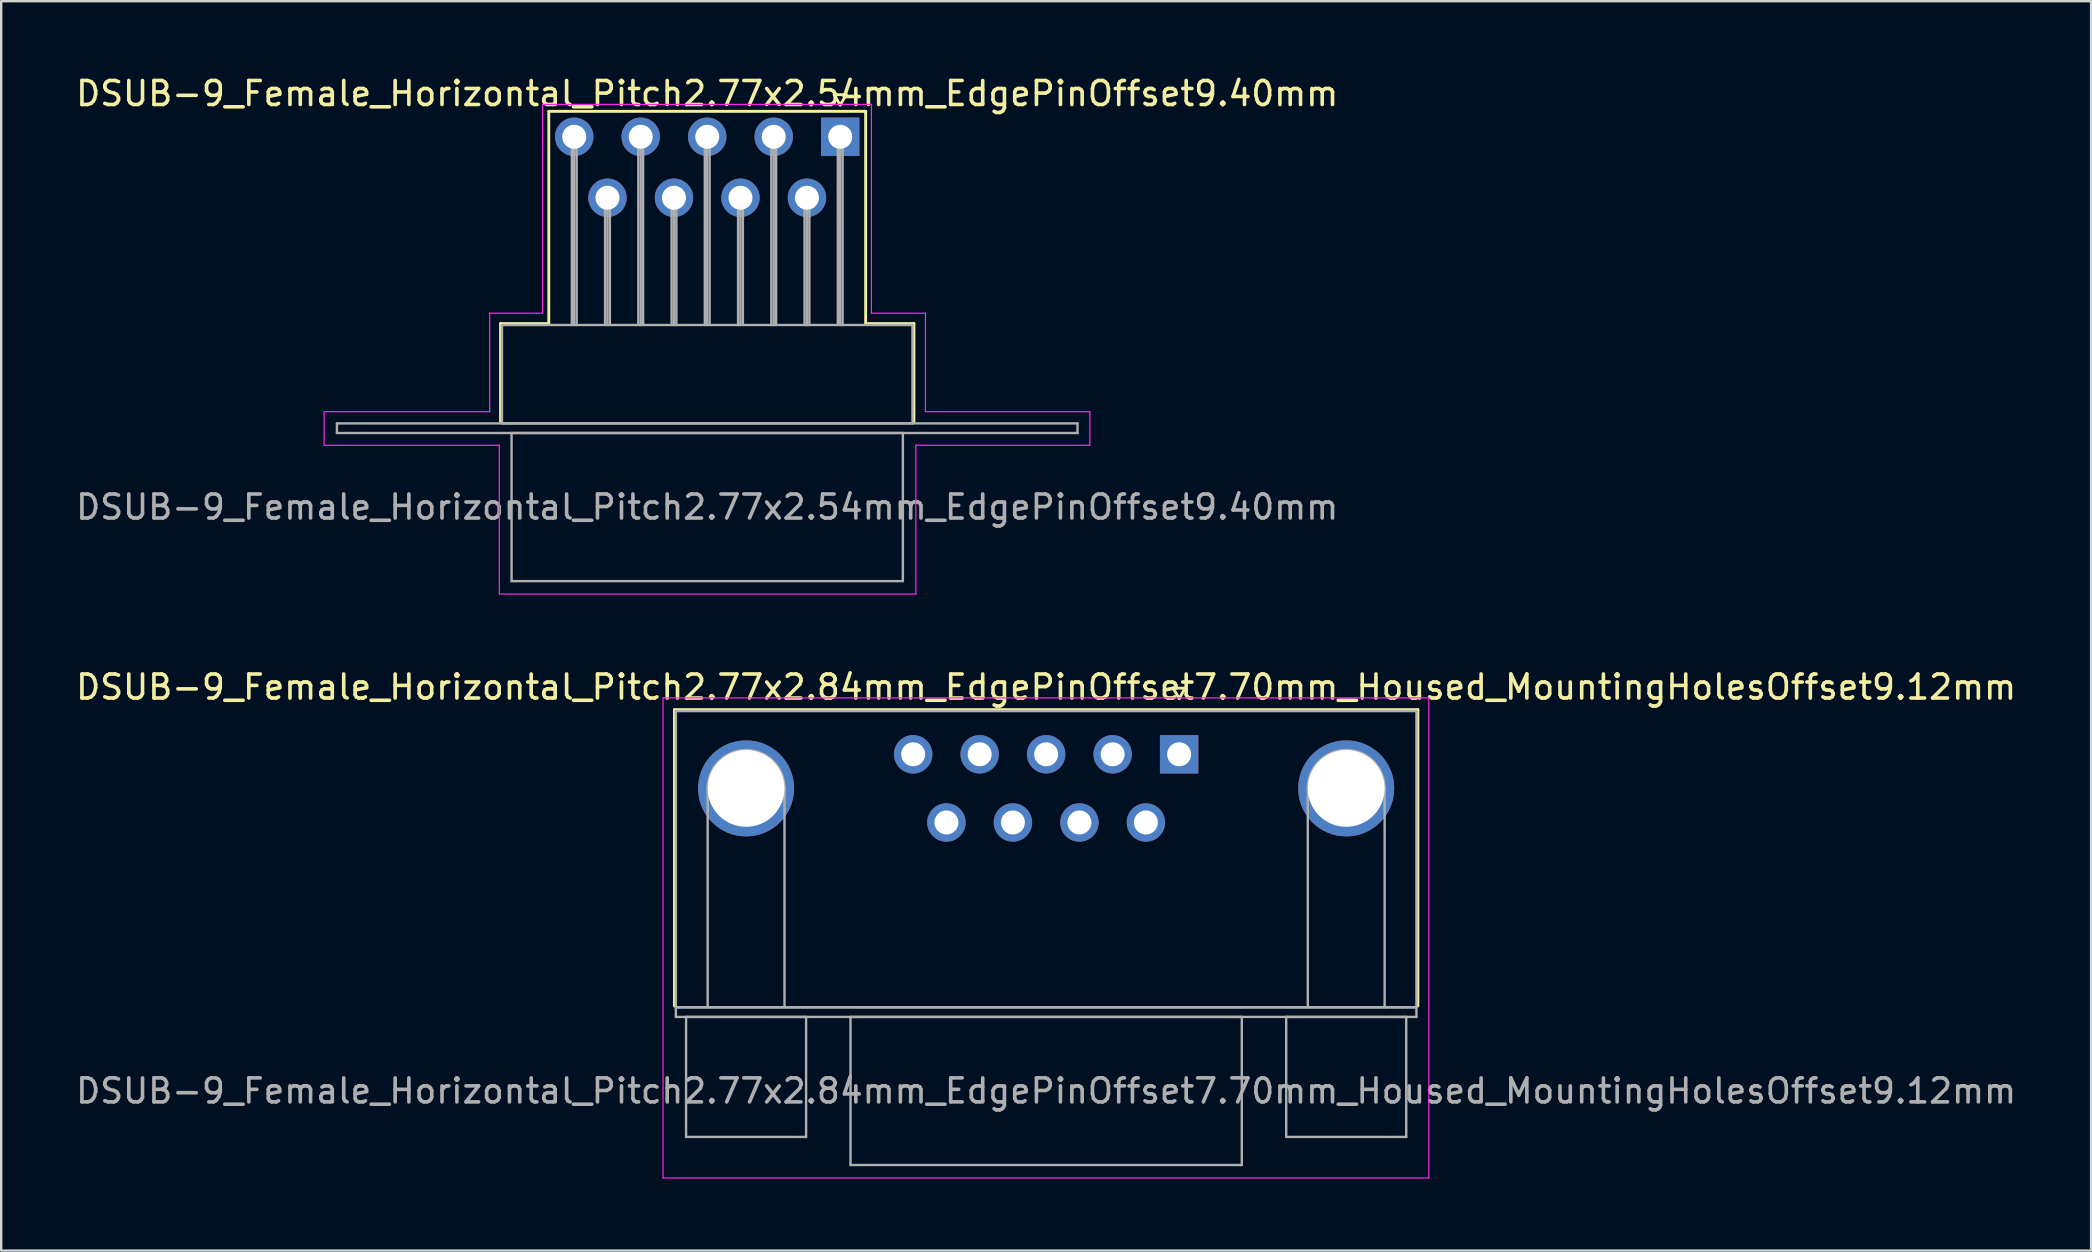
<source format=kicad_pcb>
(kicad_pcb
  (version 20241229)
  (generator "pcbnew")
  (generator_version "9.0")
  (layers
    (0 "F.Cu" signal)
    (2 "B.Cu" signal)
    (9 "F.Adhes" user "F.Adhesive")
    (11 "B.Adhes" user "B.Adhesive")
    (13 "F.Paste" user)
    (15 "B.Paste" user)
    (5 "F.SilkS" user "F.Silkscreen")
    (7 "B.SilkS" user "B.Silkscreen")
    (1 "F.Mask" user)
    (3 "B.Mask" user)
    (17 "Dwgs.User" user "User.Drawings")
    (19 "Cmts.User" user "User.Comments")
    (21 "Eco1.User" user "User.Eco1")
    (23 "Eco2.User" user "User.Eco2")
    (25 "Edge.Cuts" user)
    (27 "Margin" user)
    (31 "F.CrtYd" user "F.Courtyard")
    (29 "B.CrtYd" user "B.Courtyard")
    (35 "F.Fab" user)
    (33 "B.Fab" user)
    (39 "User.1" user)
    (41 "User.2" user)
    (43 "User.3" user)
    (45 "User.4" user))
  (footprint "DSUB-9_Female_Horizontal_Pitch2.77x2.54mm_EdgePinOffset9.40mm"
    (layer "F.Cu")
    (at 31.951 2.648)
    (property "Reference" "DSUB-9_Female_Horizontal_Pitch2.77x2.54mm_EdgePinOffset9.40mm" (at -5.54 -1.8 0) (layer "F.SilkS") (effects (font (size 1 1) (thickness 0.15))))
    (attr through_hole)
    (fp_line (start -14.15 7.78) (end -12.14 7.78) (stroke (width 0.12) (type solid)) (layer "F.SilkS"))
    (fp_line (start -14.15 11.88) (end -14.15 7.78) (stroke (width 0.12) (type solid)) (layer "F.SilkS"))
    (fp_line (start -12.14 -1.06) (end 1.06 -1.06) (stroke (width 0.12) (type solid)) (layer "F.SilkS"))
    (fp_line (start -12.14 7.78) (end -12.14 -1.06) (stroke (width 0.12) (type solid)) (layer "F.SilkS"))
    (fp_line (start -0.25 -1.754) (end 0.25 -1.754) (stroke (width 0.12) (type solid)) (layer "F.SilkS"))
    (fp_line (start 0 -1.321) (end -0.25 -1.754) (stroke (width 0.12) (type solid)) (layer "F.SilkS"))
    (fp_line (start 0.25 -1.754) (end 0 -1.321) (stroke (width 0.12) (type solid)) (layer "F.SilkS"))
    (fp_line (start 1.06 -1.06) (end 1.06 7.78) (stroke (width 0.12) (type solid)) (layer "F.SilkS"))
    (fp_line (start 1.06 7.78) (end 3.07 7.78) (stroke (width 0.12) (type solid)) (layer "F.SilkS"))
    (fp_line (start 3.07 7.78) (end 3.07 11.88) (stroke (width 0.12) (type solid)) (layer "F.SilkS"))
    (fp_line (start -21.5 11.45) (end -14.6 11.45) (stroke (width 0.05) (type solid)) (layer "F.CrtYd"))
    (fp_line (start -21.5 12.85) (end -21.5 11.45) (stroke (width 0.05) (type solid)) (layer "F.CrtYd"))
    (fp_line (start -14.6 7.35) (end -12.4 7.35) (stroke (width 0.05) (type solid)) (layer "F.CrtYd"))
    (fp_line (start -14.6 11.45) (end -14.6 7.35) (stroke (width 0.05) (type solid)) (layer "F.CrtYd"))
    (fp_line (start -14.2 12.85) (end -21.5 12.85) (stroke (width 0.05) (type solid)) (layer "F.CrtYd"))
    (fp_line (start -14.2 19.05) (end -14.2 12.85) (stroke (width 0.05) (type solid)) (layer "F.CrtYd"))
    (fp_line (start -12.4 -1.35) (end 1.3 -1.35) (stroke (width 0.05) (type solid)) (layer "F.CrtYd"))
    (fp_line (start -12.4 7.35) (end -12.4 -1.35) (stroke (width 0.05) (type solid)) (layer "F.CrtYd"))
    (fp_line (start 1.3 -1.35) (end 1.3 7.35) (stroke (width 0.05) (type solid)) (layer "F.CrtYd"))
    (fp_line (start 1.3 7.35) (end 3.55 7.35) (stroke (width 0.05) (type solid)) (layer "F.CrtYd"))
    (fp_line (start 3.15 12.85) (end 3.15 19.05) (stroke (width 0.05) (type solid)) (layer "F.CrtYd"))
    (fp_line (start 3.15 19.05) (end -14.2 19.05) (stroke (width 0.05) (type solid)) (layer "F.CrtYd"))
    (fp_line (start 3.55 7.35) (end 3.55 11.45) (stroke (width 0.05) (type solid)) (layer "F.CrtYd"))
    (fp_line (start 3.55 11.45) (end 10.4 11.45) (stroke (width 0.05) (type solid)) (layer "F.CrtYd"))
    (fp_line (start 10.4 11.45) (end 10.4 12.85) (stroke (width 0.05) (type solid)) (layer "F.CrtYd"))
    (fp_line (start 10.4 12.85) (end 3.15 12.85) (stroke (width 0.05) (type solid)) (layer "F.CrtYd"))
    (fp_line (start -20.965 11.94) (end -20.965 12.34) (stroke (width 0.1) (type solid)) (layer "F.Fab"))
    (fp_line (start -20.965 12.34) (end 9.885 12.34) (stroke (width 0.1) (type solid)) (layer "F.Fab"))
    (fp_line (start -14.09 7.84) (end -14.09 11.94) (stroke (width 0.1) (type solid)) (layer "F.Fab"))
    (fp_line (start -14.09 11.94) (end 3.01 11.94) (stroke (width 0.1) (type solid)) (layer "F.Fab"))
    (fp_line (start -13.69 12.34) (end -13.69 18.51) (stroke (width 0.1) (type solid)) (layer "F.Fab"))
    (fp_line (start -13.69 18.51) (end 2.61 18.51) (stroke (width 0.1) (type solid)) (layer "F.Fab"))
    (fp_line (start -11.18 0) (end -11.18 7.84) (stroke (width 0.1) (type solid)) (layer "F.Fab"))
    (fp_line (start -11.08 0) (end -11.08 7.84) (stroke (width 0.1) (type solid)) (layer "F.Fab"))
    (fp_line (start -10.98 0) (end -10.98 7.84) (stroke (width 0.1) (type solid)) (layer "F.Fab"))
    (fp_line (start -9.795 2.54) (end -9.795 7.84) (stroke (width 0.1) (type solid)) (layer "F.Fab"))
    (fp_line (start -9.695 2.54) (end -9.695 7.84) (stroke (width 0.1) (type solid)) (layer "F.Fab"))
    (fp_line (start -9.595 2.54) (end -9.595 7.84) (stroke (width 0.1) (type solid)) (layer "F.Fab"))
    (fp_line (start -8.41 0) (end -8.41 7.84) (stroke (width 0.1) (type solid)) (layer "F.Fab"))
    (fp_line (start -8.31 0) (end -8.31 7.84) (stroke (width 0.1) (type solid)) (layer "F.Fab"))
    (fp_line (start -8.21 0) (end -8.21 7.84) (stroke (width 0.1) (type solid)) (layer "F.Fab"))
    (fp_line (start -7.025 2.54) (end -7.025 7.84) (stroke (width 0.1) (type solid)) (layer "F.Fab"))
    (fp_line (start -6.925 2.54) (end -6.925 7.84) (stroke (width 0.1) (type solid)) (layer "F.Fab"))
    (fp_line (start -6.825 2.54) (end -6.825 7.84) (stroke (width 0.1) (type solid)) (layer "F.Fab"))
    (fp_line (start -5.64 0) (end -5.64 7.84) (stroke (width 0.1) (type solid)) (layer "F.Fab"))
    (fp_line (start -5.54 0) (end -5.54 7.84) (stroke (width 0.1) (type solid)) (layer "F.Fab"))
    (fp_line (start -5.44 0) (end -5.44 7.84) (stroke (width 0.1) (type solid)) (layer "F.Fab"))
    (fp_line (start -4.255 2.54) (end -4.255 7.84) (stroke (width 0.1) (type solid)) (layer "F.Fab"))
    (fp_line (start -4.155 2.54) (end -4.155 7.84) (stroke (width 0.1) (type solid)) (layer "F.Fab"))
    (fp_line (start -4.055 2.54) (end -4.055 7.84) (stroke (width 0.1) (type solid)) (layer "F.Fab"))
    (fp_line (start -2.87 0) (end -2.87 7.84) (stroke (width 0.1) (type solid)) (layer "F.Fab"))
    (fp_line (start -2.77 0) (end -2.77 7.84) (stroke (width 0.1) (type solid)) (layer "F.Fab"))
    (fp_line (start -2.67 0) (end -2.67 7.84) (stroke (width 0.1) (type solid)) (layer "F.Fab"))
    (fp_line (start -1.485 2.54) (end -1.485 7.84) (stroke (width 0.1) (type solid)) (layer "F.Fab"))
    (fp_line (start -1.385 2.54) (end -1.385 7.84) (stroke (width 0.1) (type solid)) (layer "F.Fab"))
    (fp_line (start -1.285 2.54) (end -1.285 7.84) (stroke (width 0.1) (type solid)) (layer "F.Fab"))
    (fp_line (start -0.1 0) (end -0.1 7.84) (stroke (width 0.1) (type solid)) (layer "F.Fab"))
    (fp_line (start 0 0) (end 0 7.84) (stroke (width 0.1) (type solid)) (layer "F.Fab"))
    (fp_line (start 0.1 0) (end 0.1 7.84) (stroke (width 0.1) (type solid)) (layer "F.Fab"))
    (fp_line (start 2.61 12.34) (end -13.69 12.34) (stroke (width 0.1) (type solid)) (layer "F.Fab"))
    (fp_line (start 2.61 18.51) (end 2.61 12.34) (stroke (width 0.1) (type solid)) (layer "F.Fab"))
    (fp_line (start 3.01 7.84) (end -14.09 7.84) (stroke (width 0.1) (type solid)) (layer "F.Fab"))
    (fp_line (start 3.01 11.94) (end 3.01 7.84) (stroke (width 0.1) (type solid)) (layer "F.Fab"))
    (fp_line (start 9.885 11.94) (end -20.965 11.94) (stroke (width 0.1) (type solid)) (layer "F.Fab"))
    (fp_line (start 9.885 12.34) (end 9.885 11.94) (stroke (width 0.1) (type solid)) (layer "F.Fab"))
    (fp_text user "${REFERENCE}" (at -5.54 15.425 0) (layer "F.Fab") (effects (font (size 1 1) (thickness 0.15))))
    (pad "1" thru_hole rect (at 0 0) (size 1.6 1.6) (drill 1) (layers "*.Cu" "*.Mask"))
    (pad "2" thru_hole circle (at -2.77 0) (size 1.6 1.6) (drill 1) (layers "*.Cu" "*.Mask"))
    (pad "3" thru_hole circle (at -5.54 0) (size 1.6 1.6) (drill 1) (layers "*.Cu" "*.Mask"))
    (pad "4" thru_hole circle (at -8.31 0) (size 1.6 1.6) (drill 1) (layers "*.Cu" "*.Mask"))
    (pad "5" thru_hole circle (at -11.08 0) (size 1.6 1.6) (drill 1) (layers "*.Cu" "*.Mask"))
    (pad "6" thru_hole circle (at -1.385 2.54) (size 1.6 1.6) (drill 1) (layers "*.Cu" "*.Mask"))
    (pad "7" thru_hole circle (at -4.155 2.54) (size 1.6 1.6) (drill 1) (layers "*.Cu" "*.Mask"))
    (pad "8" thru_hole circle (at -6.925 2.54) (size 1.6 1.6) (drill 1) (layers "*.Cu" "*.Mask"))
    (pad "9" thru_hole circle (at -9.695 2.54) (size 1.6 1.6) (drill 1) (layers "*.Cu" "*.Mask")))
  (footprint "DSUB-9_Female_Horizontal_Pitch2.77x2.84mm_EdgePinOffset7.70mm_Housed_MountingHolesOffset9.12mm"
    (layer "F.Cu")
    (at 46.07 28.372)
    (property "Reference" "DSUB-9_Female_Horizontal_Pitch2.77x2.84mm_EdgePinOffset7.70mm_Housed_MountingHolesOffset9.12mm" (at -5.54 -2.8 0) (layer "F.SilkS") (effects (font (size 1 1) (thickness 0.15))))
    (attr through_hole)
    (fp_line (start -21.025 -1.86) (end 9.945 -1.86) (stroke (width 0.12) (type solid)) (layer "F.SilkS"))
    (fp_line (start -21.025 10.48) (end -21.025 -1.86) (stroke (width 0.12) (type solid)) (layer "F.SilkS"))
    (fp_line (start -0.25 -2.754) (end 0.25 -2.754) (stroke (width 0.12) (type solid)) (layer "F.SilkS"))
    (fp_line (start 0 -2.321) (end -0.25 -2.754) (stroke (width 0.12) (type solid)) (layer "F.SilkS"))
    (fp_line (start 0.25 -2.754) (end 0 -2.321) (stroke (width 0.12) (type solid)) (layer "F.SilkS"))
    (fp_line (start 9.945 -1.86) (end 9.945 10.48) (stroke (width 0.12) (type solid)) (layer "F.SilkS"))
    (fp_line (start -21.5 -2.35) (end -21.5 17.65) (stroke (width 0.05) (type solid)) (layer "F.CrtYd"))
    (fp_line (start -21.5 17.65) (end 10.4 17.65) (stroke (width 0.05) (type solid)) (layer "F.CrtYd"))
    (fp_line (start 10.4 -2.35) (end -21.5 -2.35) (stroke (width 0.05) (type solid)) (layer "F.CrtYd"))
    (fp_line (start 10.4 17.65) (end 10.4 -2.35) (stroke (width 0.05) (type solid)) (layer "F.CrtYd"))
    (fp_line (start -20.965 -1.8) (end -20.965 10.54) (stroke (width 0.1) (type solid)) (layer "F.Fab"))
    (fp_line (start -20.965 10.54) (end -20.965 10.94) (stroke (width 0.1) (type solid)) (layer "F.Fab"))
    (fp_line (start -20.965 10.54) (end 9.885 10.54) (stroke (width 0.1) (type solid)) (layer "F.Fab"))
    (fp_line (start -20.965 10.94) (end 9.885 10.94) (stroke (width 0.1) (type solid)) (layer "F.Fab"))
    (fp_line (start -20.54 10.94) (end -20.54 15.94) (stroke (width 0.1) (type solid)) (layer "F.Fab"))
    (fp_line (start -20.54 15.94) (end -15.54 15.94) (stroke (width 0.1) (type solid)) (layer "F.Fab"))
    (fp_line (start -19.64 10.54) (end -19.64 1.42) (stroke (width 0.1) (type solid)) (layer "F.Fab"))
    (fp_line (start -16.44 10.54) (end -16.44 1.42) (stroke (width 0.1) (type solid)) (layer "F.Fab"))
    (fp_line (start -15.54 10.94) (end -20.54 10.94) (stroke (width 0.1) (type solid)) (layer "F.Fab"))
    (fp_line (start -15.54 15.94) (end -15.54 10.94) (stroke (width 0.1) (type solid)) (layer "F.Fab"))
    (fp_line (start -13.69 10.94) (end -13.69 17.11) (stroke (width 0.1) (type solid)) (layer "F.Fab"))
    (fp_line (start -13.69 17.11) (end 2.61 17.11) (stroke (width 0.1) (type solid)) (layer "F.Fab"))
    (fp_line (start 2.61 10.94) (end -13.69 10.94) (stroke (width 0.1) (type solid)) (layer "F.Fab"))
    (fp_line (start 2.61 17.11) (end 2.61 10.94) (stroke (width 0.1) (type solid)) (layer "F.Fab"))
    (fp_line (start 4.46 10.94) (end 4.46 15.94) (stroke (width 0.1) (type solid)) (layer "F.Fab"))
    (fp_line (start 4.46 15.94) (end 9.46 15.94) (stroke (width 0.1) (type solid)) (layer "F.Fab"))
    (fp_line (start 5.36 10.54) (end 5.36 1.42) (stroke (width 0.1) (type solid)) (layer "F.Fab"))
    (fp_line (start 8.56 10.54) (end 8.56 1.42) (stroke (width 0.1) (type solid)) (layer "F.Fab"))
    (fp_line (start 9.46 10.94) (end 4.46 10.94) (stroke (width 0.1) (type solid)) (layer "F.Fab"))
    (fp_line (start 9.46 15.94) (end 9.46 10.94) (stroke (width 0.1) (type solid)) (layer "F.Fab"))
    (fp_line (start 9.885 -1.8) (end -20.965 -1.8) (stroke (width 0.1) (type solid)) (layer "F.Fab"))
    (fp_line (start 9.885 10.54) (end -20.965 10.54) (stroke (width 0.1) (type solid)) (layer "F.Fab"))
    (fp_line (start 9.885 10.54) (end 9.885 -1.8) (stroke (width 0.1) (type solid)) (layer "F.Fab"))
    (fp_line (start 9.885 10.94) (end 9.885 10.54) (stroke (width 0.1) (type solid)) (layer "F.Fab"))
    (fp_arc (start -19.64 1.42) (mid -18.04 -0.18) (end -16.44 1.42) (stroke (width 0.1) (type solid)) (layer "F.Fab"))
    (fp_arc (start 5.36 1.42) (mid 6.96 -0.18) (end 8.56 1.42) (stroke (width 0.1) (type solid)) (layer "F.Fab"))
    (fp_text user "${REFERENCE}" (at -5.54 14.025 0) (layer "F.Fab") (effects (font (size 1 1) (thickness 0.15))))
    (pad "0" thru_hole circle (at -18.04 1.42) (size 4 4) (drill 3.2) (layers "*.Cu" "*.Mask"))
    (pad "0" thru_hole circle (at 6.96 1.42) (size 4 4) (drill 3.2) (layers "*.Cu" "*.Mask"))
    (pad "1" thru_hole rect (at 0 0) (size 1.6 1.6) (drill 1) (layers "*.Cu" "*.Mask"))
    (pad "2" thru_hole circle (at -2.77 0) (size 1.6 1.6) (drill 1) (layers "*.Cu" "*.Mask"))
    (pad "3" thru_hole circle (at -5.54 0) (size 1.6 1.6) (drill 1) (layers "*.Cu" "*.Mask"))
    (pad "4" thru_hole circle (at -8.31 0) (size 1.6 1.6) (drill 1) (layers "*.Cu" "*.Mask"))
    (pad "5" thru_hole circle (at -11.08 0) (size 1.6 1.6) (drill 1) (layers "*.Cu" "*.Mask"))
    (pad "6" thru_hole circle (at -1.385 2.84) (size 1.6 1.6) (drill 1) (layers "*.Cu" "*.Mask"))
    (pad "7" thru_hole circle (at -4.155 2.84) (size 1.6 1.6) (drill 1) (layers "*.Cu" "*.Mask"))
    (pad "8" thru_hole circle (at -6.925 2.84) (size 1.6 1.6) (drill 1) (layers "*.Cu" "*.Mask"))
    (pad "9" thru_hole circle (at -9.695 2.84) (size 1.6 1.6) (drill 1) (layers "*.Cu" "*.Mask")))
  (gr_rect
    (start -3 -3)
    (end 84.06 49.047)
    (stroke (width 0.1) (type default))
    (fill no)
    (layer "Edge.Cuts")))
</source>
